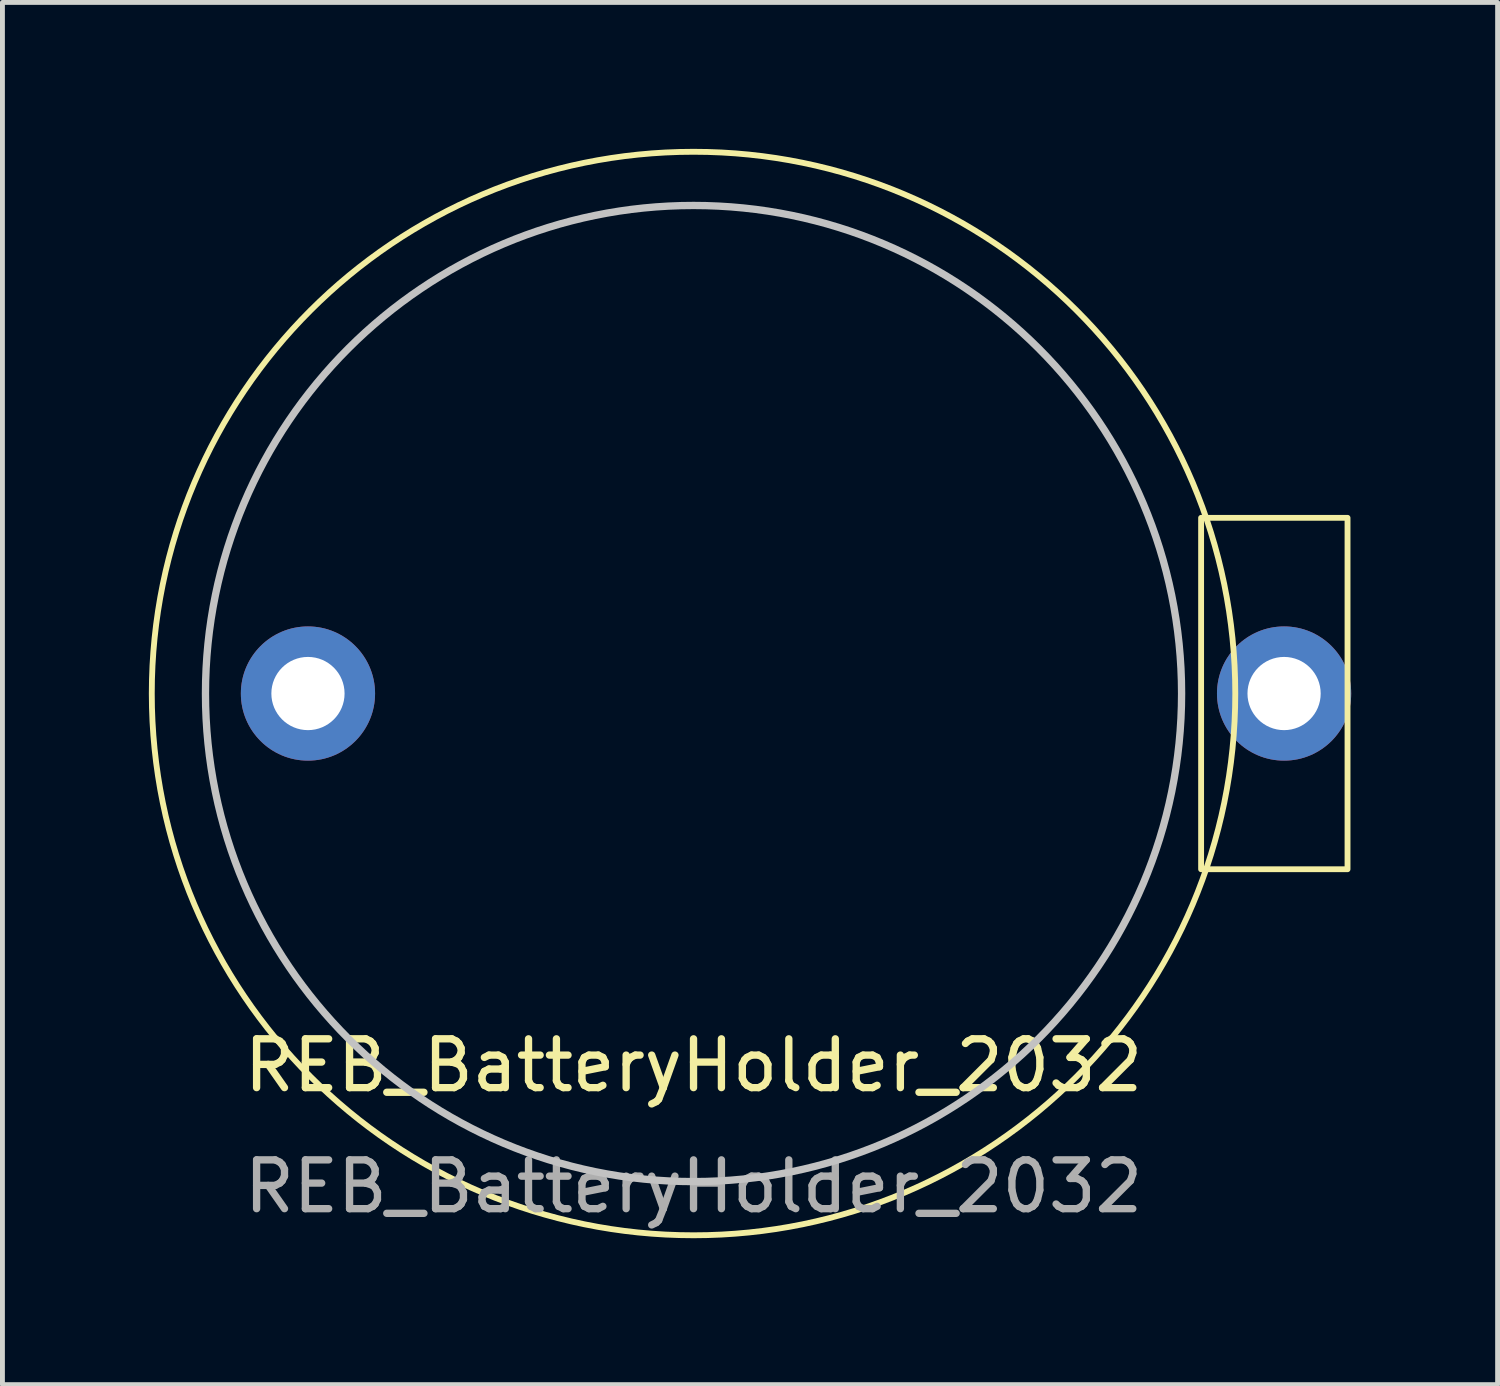
<source format=kicad_pcb>
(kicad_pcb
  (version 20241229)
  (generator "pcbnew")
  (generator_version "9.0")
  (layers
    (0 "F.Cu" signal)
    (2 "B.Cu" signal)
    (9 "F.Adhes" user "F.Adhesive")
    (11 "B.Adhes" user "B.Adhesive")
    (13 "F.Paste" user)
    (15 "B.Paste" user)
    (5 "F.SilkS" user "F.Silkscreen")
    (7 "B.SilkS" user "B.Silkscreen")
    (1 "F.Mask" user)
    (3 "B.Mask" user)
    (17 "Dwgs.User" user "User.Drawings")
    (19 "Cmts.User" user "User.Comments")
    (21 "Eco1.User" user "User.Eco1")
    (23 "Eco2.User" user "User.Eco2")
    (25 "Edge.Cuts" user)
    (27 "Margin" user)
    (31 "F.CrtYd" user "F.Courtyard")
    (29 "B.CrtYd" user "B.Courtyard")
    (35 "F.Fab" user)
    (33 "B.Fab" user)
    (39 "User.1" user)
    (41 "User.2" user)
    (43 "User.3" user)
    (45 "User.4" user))
  (footprint "REB_BatteryHolder_2032"
    (layer "F.Cu")
    (at 11.16 11.16)
    (property "Reference" "REB_BatteryHolder_2032" (at 0 7.62 0) (layer "F.SilkS") (effects (font (size 1 1) (thickness 0.15))))
    (attr smd)
    (fp_rect (start 13.4 3.6) (end 10.4 -3.6) (stroke (width 0.12) (type default)) (fill no) (layer "F.SilkS"))
    (fp_circle (center 0 0) (end 11.1 0) (stroke (width 0.12) (type default)) (fill no) (layer "F.SilkS"))
    (fp_circle (center 0 0) (end 10 0) (stroke (width 0.15) (type solid)) (fill no) (layer "Dwgs.User"))
    (fp_text user "${REFERENCE}" (at 0 10.1 0) (layer "F.Fab") (effects (font (size 1 1) (thickness 0.15))))
    (pad "1" thru_hole circle (at -7.9 0) (size 2.75 2.75) (drill 1.5) (layers "*.Cu" "*.Mask"))
    (pad "2" thru_hole circle (at 12.1 0) (size 2.75 2.75) (drill 1.5) (layers "*.Cu" "*.Mask")))
  (gr_rect
    (start -3 -3)
    (end 27.635 25.32)
    (stroke (width 0.1) (type default))
    (fill no)
    (layer "Edge.Cuts")))
</source>
